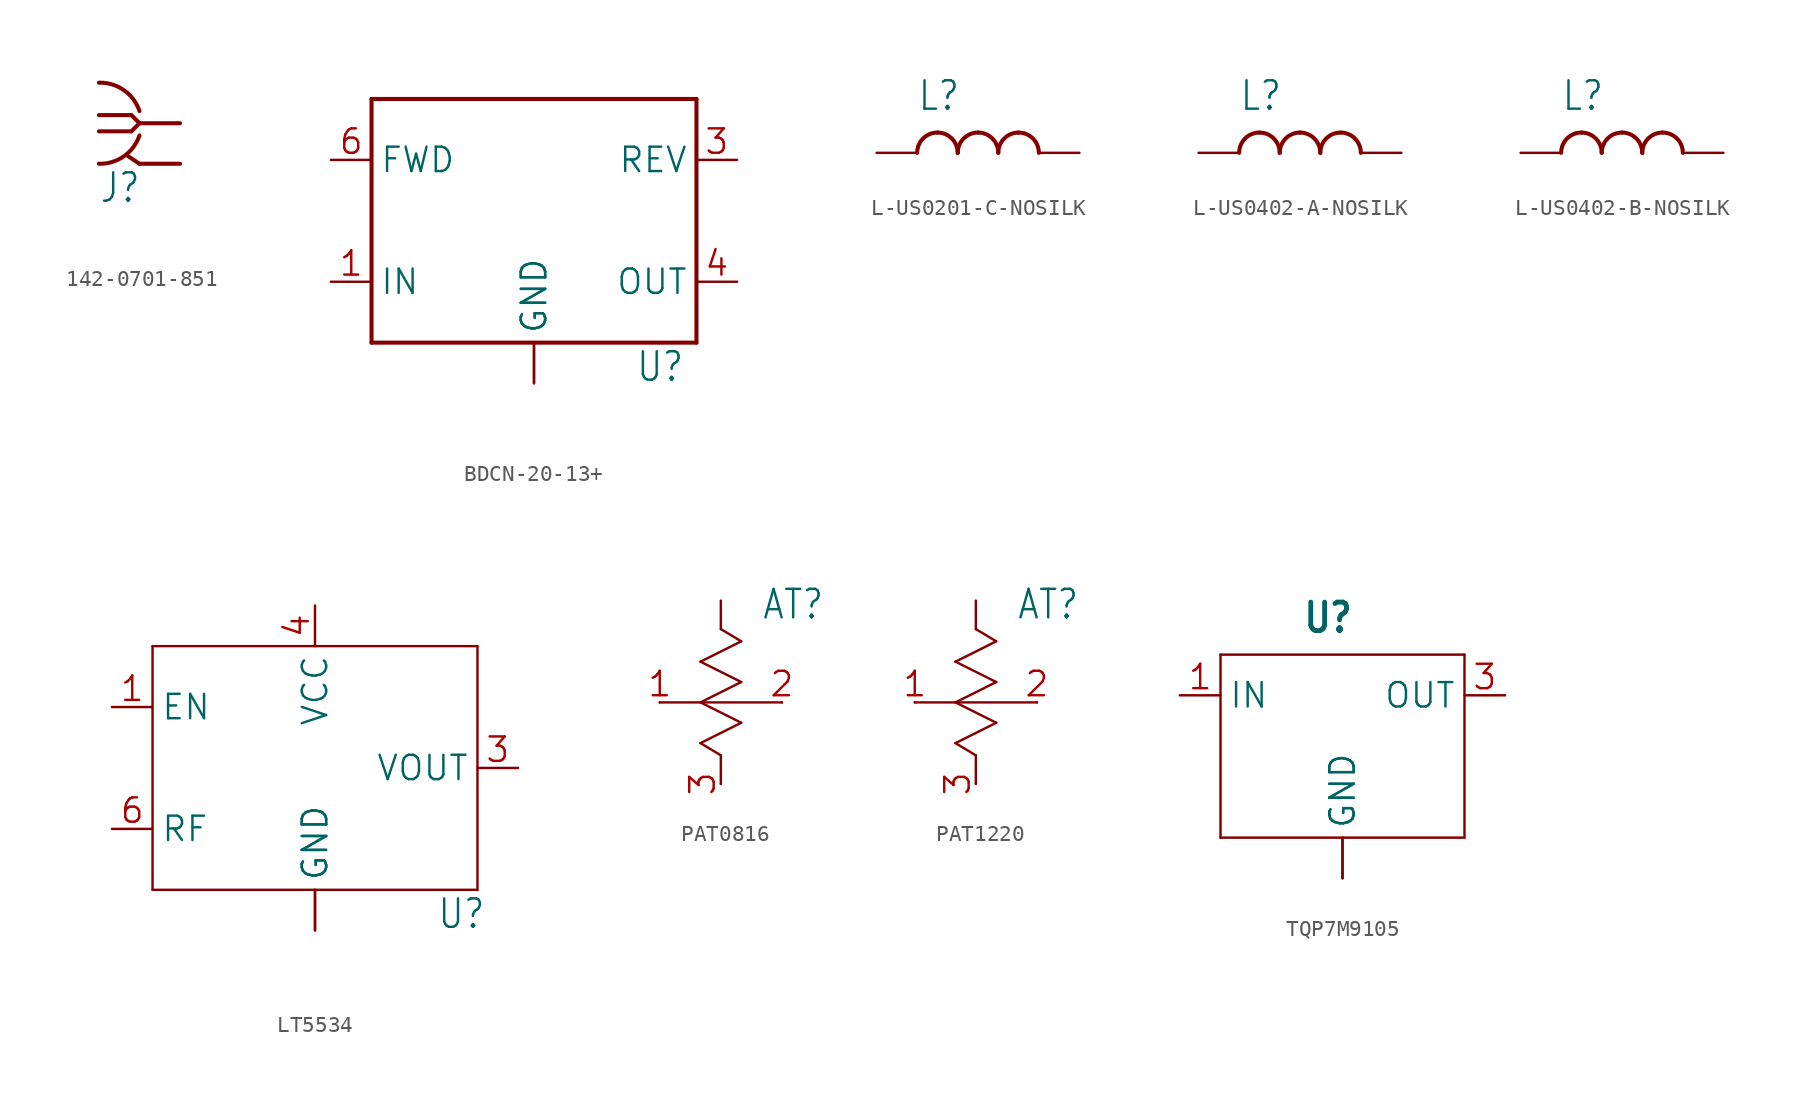
<source format=kicad_sym>
(kicad_symbol_lib
  (version 20241209)
  (generator "kicad_symbol_editor")
  (generator_version "9.0")
  (symbol "142-0701-851"
    (property "Reference" "J"
      (at -2.54 -5.08 0)
      (effects (font (size 1.778 1.511)) (justify left bottom)))
    (property "Value" ""
      (at -2.54 -7.62 0)
      (effects (font (size 1.778 1.511)) (justify left bottom)))
    (property "ki_locked" ""
      (at 0 0 0)
      (effects (font (size 1.27 1.27))))
    (symbol "142-0701-851_1_0"
      (polyline (pts (xy -2.54 0.508) (xy -0.508 0.508)) (stroke (width 0.254) (type solid)) (fill (type none)))
      (arc (start 0 -0.7621) (mid -0.9756 -2.0717) (end -2.54 -2.54) (stroke (width 0.254) (type solid)) (fill (type none)))
      (arc (start -2.54 2.54) (mid -0.9756 2.0717) (end 0 0.7621) (stroke (width 0.254) (type solid)) (fill (type none)))
      (polyline (pts (xy -0.508 0.508) (xy 0 0)) (stroke (width 0.254) (type solid)) (fill (type none)))
      (polyline (pts (xy -0.508 -0.508) (xy -2.54 -0.508)) (stroke (width 0.254) (type solid)) (fill (type none)))
      (polyline (pts (xy 0 0) (xy -0.508 -0.508)) (stroke (width 0.254) (type solid)) (fill (type none)))
      (polyline (pts (xy 0 0) (xy 2.54 0)) (stroke (width 0.254) (type solid)) (fill (type none)))
      (polyline (pts (xy 0 -2.54) (xy -0.762 -2.032)) (stroke (width 0.254) (type solid)) (fill (type none)))
      (polyline (pts (xy 2.54 -2.54) (xy 0 -2.54)) (stroke (width 0.254) (type solid)) (fill (type none)))
      (pin bidirectional line (at 2.54 0 180) (length 0) (name "RF" (effects (font (size 0 0)))) (number "RF1" (effects (font (size 0 0)))))
      (pin bidirectional line (at 2.54 -2.54 180) (length 0) (name "GND" (effects (font (size 0 0)))) (number "GND1" (effects (font (size 0 0)))))
      (pin bidirectional line (at 2.54 -2.54 180) (length 0) (name "GND" (effects (font (size 0 0)))) (number "GND2" (effects (font (size 0 0)))))
      (pin bidirectional line (at 2.54 -2.54 180) (length 0) (name "GND" (effects (font (size 0 0)))) (number "GND3" (effects (font (size 0 0)))))
      (pin bidirectional line (at 2.54 -2.54 180) (length 0) (name "GND" (effects (font (size 0 0)))) (number "GND4" (effects (font (size 0 0)))))))
  (symbol "BDCN-20-13+"
    (property "Reference" "U"
      (at 6.35 -10.16 0)
      (effects (font (size 1.778 1.511)) (justify left bottom)))
    (property "Value" ""
      (at 6.35 -12.7 0)
      (effects (font (size 1.778 1.511)) (justify left bottom)))
    (property "ki_locked" ""
      (at 0 0 0)
      (effects (font (size 1.27 1.27))))
    (symbol "BDCN-20-13+_1_0"
      (polyline (pts (xy -10.16 7.62) (xy -10.16 -7.62)) (stroke (width 0.254) (type solid)) (fill (type none)))
      (polyline (pts (xy -10.16 -7.62) (xy 10.16 -7.62)) (stroke (width 0.254) (type solid)) (fill (type none)))
      (polyline (pts (xy 10.16 7.62) (xy -10.16 7.62)) (stroke (width 0.254) (type solid)) (fill (type none)))
      (polyline (pts (xy 10.16 -7.62) (xy 10.16 7.62)) (stroke (width 0.254) (type solid)) (fill (type none)))
      (pin output line (at -12.7 3.81 0) (length 2.54) (name "FWD" (effects (font (size 1.524 1.524)))) (number "6" (effects (font (size 1.524 1.524)))))
      (pin input line (at -12.7 -3.81 0) (length 2.54) (name "IN" (effects (font (size 1.524 1.524)))) (number "1" (effects (font (size 1.524 1.524)))))
      (pin power_in line (at 0 -10.16 90) (length 2.54) (name "GND" (effects (font (size 1.524 1.524)))) (number "2" (effects (font (size 0 0)))))
      (pin power_in line (at 0 -10.16 90) (length 2.54) (name "GND" (effects (font (size 1.524 1.524)))) (number "5" (effects (font (size 0 0)))))
      (pin output line (at 12.7 3.81 180) (length 2.54) (name "REV" (effects (font (size 1.524 1.524)))) (number "3" (effects (font (size 1.524 1.524)))))
      (pin output line (at 12.7 -3.81 180) (length 2.54) (name "OUT" (effects (font (size 1.524 1.524)))) (number "4" (effects (font (size 1.524 1.524)))))))
  (symbol "L-US0201-C-NOSILK"
    (property "Reference" "L"
      (at -5.08 2.54 0)
      (effects (font (size 1.778 1.511)) (justify left bottom)))
    (property "Value" ""
      (at -5.08 -1.27 0)
      (effects (font (size 1.778 1.511)) (justify left top)))
    (property "ki_locked" ""
      (at 0 0 0)
      (effects (font (size 1.27 1.27))))
    (symbol "L-US0201-C-NOSILK_1_0"
      (arc (start -5.08 0) (mid -4.708 0.898) (end -3.81 1.27) (stroke (width 0.254) (type solid)) (fill (type none)))
      (arc (start -3.81 1.27) (mid -2.912 0.898) (end -2.54 0) (stroke (width 0.254) (type solid)) (fill (type none)))
      (arc (start -2.54 0) (mid -2.168 0.898) (end -1.27 1.27) (stroke (width 0.254) (type solid)) (fill (type none)))
      (arc (start -1.27 1.27) (mid -0.372 0.898) (end 0 0) (stroke (width 0.254) (type solid)) (fill (type none)))
      (arc (start 0 0) (mid 0.372 0.898) (end 1.27 1.27) (stroke (width 0.254) (type solid)) (fill (type none)))
      (arc (start 1.27 1.27) (mid 2.168 0.898) (end 2.54 0) (stroke (width 0.254) (type solid)) (fill (type none)))
      (pin passive line (at -7.62 0 0) (length 2.54) (name "1" (effects (font (size 0 0)))) (number "1" (effects (font (size 0 0)))))
      (pin passive line (at 5.08 0 180) (length 2.54) (name "2" (effects (font (size 0 0)))) (number "2" (effects (font (size 0 0)))))))
  (symbol "L-US0402-A-NOSILK"
    (property "Reference" "L"
      (at -5.08 2.54 0)
      (effects (font (size 1.778 1.511)) (justify left bottom)))
    (property "Value" ""
      (at -5.08 -1.27 0)
      (effects (font (size 1.778 1.511)) (justify left top)))
    (property "ki_locked" ""
      (at 0 0 0)
      (effects (font (size 1.27 1.27))))
    (symbol "L-US0402-A-NOSILK_1_0"
      (arc (start -5.08 0) (mid -4.708 0.898) (end -3.81 1.27) (stroke (width 0.254) (type solid)) (fill (type none)))
      (arc (start -3.81 1.27) (mid -2.912 0.898) (end -2.54 0) (stroke (width 0.254) (type solid)) (fill (type none)))
      (arc (start -2.54 0) (mid -2.168 0.898) (end -1.27 1.27) (stroke (width 0.254) (type solid)) (fill (type none)))
      (arc (start -1.27 1.27) (mid -0.372 0.898) (end 0 0) (stroke (width 0.254) (type solid)) (fill (type none)))
      (arc (start 0 0) (mid 0.372 0.898) (end 1.27 1.27) (stroke (width 0.254) (type solid)) (fill (type none)))
      (arc (start 1.27 1.27) (mid 2.168 0.898) (end 2.54 0) (stroke (width 0.254) (type solid)) (fill (type none)))
      (pin passive line (at -7.62 0 0) (length 2.54) (name "1" (effects (font (size 0 0)))) (number "1" (effects (font (size 0 0)))))
      (pin passive line (at 5.08 0 180) (length 2.54) (name "2" (effects (font (size 0 0)))) (number "2" (effects (font (size 0 0)))))))
  (symbol "L-US0402-B-NOSILK"
    (property "Reference" "L"
      (at -5.08 2.54 0)
      (effects (font (size 1.778 1.511)) (justify left bottom)))
    (property "Value" ""
      (at -5.08 -1.27 0)
      (effects (font (size 1.778 1.511)) (justify left top)))
    (property "ki_locked" ""
      (at 0 0 0)
      (effects (font (size 1.27 1.27))))
    (symbol "L-US0402-B-NOSILK_1_0"
      (arc (start -5.08 0) (mid -4.708 0.898) (end -3.81 1.27) (stroke (width 0.254) (type solid)) (fill (type none)))
      (arc (start -3.81 1.27) (mid -2.912 0.898) (end -2.54 0) (stroke (width 0.254) (type solid)) (fill (type none)))
      (arc (start -2.54 0) (mid -2.168 0.898) (end -1.27 1.27) (stroke (width 0.254) (type solid)) (fill (type none)))
      (arc (start -1.27 1.27) (mid -0.372 0.898) (end 0 0) (stroke (width 0.254) (type solid)) (fill (type none)))
      (arc (start 0 0) (mid 0.372 0.898) (end 1.27 1.27) (stroke (width 0.254) (type solid)) (fill (type none)))
      (arc (start 1.27 1.27) (mid 2.168 0.898) (end 2.54 0) (stroke (width 0.254) (type solid)) (fill (type none)))
      (pin passive line (at -7.62 0 0) (length 2.54) (name "1" (effects (font (size 0 0)))) (number "1" (effects (font (size 0 0)))))
      (pin passive line (at 5.08 0 180) (length 2.54) (name "2" (effects (font (size 0 0)))) (number "2" (effects (font (size 0 0)))))))
  (symbol "LT5534"
    (property "Reference" "U"
      (at 7.62 -10.16 0)
      (effects (font (size 1.778 1.511)) (justify left bottom)))
    (property "Value" ""
      (at 7.62 -12.7 0)
      (effects (font (size 1.778 1.511)) (justify left bottom)))
    (property "ki_locked" ""
      (at 0 0 0)
      (effects (font (size 1.27 1.27))))
    (symbol "LT5534_1_0"
      (polyline (pts (xy -10.16 7.62) (xy -10.16 -7.62)) (stroke (width 0.152) (type solid)) (fill (type none)))
      (polyline (pts (xy -10.16 -7.62) (xy 10.16 -7.62)) (stroke (width 0.152) (type solid)) (fill (type none)))
      (polyline (pts (xy 10.16 7.62) (xy -10.16 7.62)) (stroke (width 0.152) (type solid)) (fill (type none)))
      (polyline (pts (xy 10.16 -7.62) (xy 10.16 7.62)) (stroke (width 0.152) (type solid)) (fill (type none)))
      (pin input line (at -12.7 3.81 0) (length 2.54) (name "EN" (effects (font (size 1.524 1.524)))) (number "1" (effects (font (size 1.524 1.524)))))
      (pin input line (at -12.7 -3.81 0) (length 2.54) (name "RF" (effects (font (size 1.524 1.524)))) (number "6" (effects (font (size 1.524 1.524)))))
      (pin power_in line (at 0 10.16 270) (length 2.54) (name "VCC" (effects (font (size 1.524 1.524)))) (number "4" (effects (font (size 1.524 1.524)))))
      (pin power_in line (at 0 -10.16 90) (length 2.54) (name "GND" (effects (font (size 1.524 1.524)))) (number "2" (effects (font (size 0 0)))))
      (pin power_in line (at 0 -10.16 90) (length 2.54) (name "GND" (effects (font (size 1.524 1.524)))) (number "5" (effects (font (size 0 0)))))
      (pin output line (at 12.7 0 180) (length 2.54) (name "VOUT" (effects (font (size 1.524 1.524)))) (number "3" (effects (font (size 1.524 1.524)))))))
  (symbol "PAT0816"
    (property "Reference" "AT"
      (at 2.54 5.08 0)
      (effects (font (size 1.778 1.511)) (justify left bottom)))
    (property "Value" ""
      (at 2.54 2.54 0)
      (effects (font (size 1.778 1.511)) (justify left bottom)))
    (property "ki_locked" ""
      (at 0 0 0)
      (effects (font (size 1.27 1.27))))
    (symbol "PAT0816_1_0"
      (polyline (pts (xy -3.81 0) (xy 3.81 0)) (stroke (width 0.152) (type solid)) (fill (type none)))
      (polyline (pts (xy -1.27 2.54) (xy 1.27 3.81)) (stroke (width 0.152) (type solid)) (fill (type none)))
      (polyline (pts (xy -1.27 0) (xy 1.27 1.27)) (stroke (width 0.152) (type solid)) (fill (type none)))
      (polyline (pts (xy -1.27 -2.54) (xy 0 -3.302)) (stroke (width 0.152) (type solid)) (fill (type none)))
      (polyline (pts (xy -1.27 -2.54) (xy 1.27 -1.27)) (stroke (width 0.152) (type solid)) (fill (type none)))
      (polyline (pts (xy 0 6.35) (xy 0 4.572)) (stroke (width 0.152) (type solid)) (fill (type none)))
      (polyline (pts (xy 0 -5.08) (xy 0 -3.302)) (stroke (width 0.152) (type solid)) (fill (type none)))
      (polyline (pts (xy 1.27 3.81) (xy 0 4.572)) (stroke (width 0.152) (type solid)) (fill (type none)))
      (polyline (pts (xy 1.27 1.27) (xy -1.27 2.54)) (stroke (width 0.152) (type solid)) (fill (type none)))
      (polyline (pts (xy 1.27 -1.27) (xy -1.27 0)) (stroke (width 0.152) (type solid)) (fill (type none)))
      (pin bidirectional line (at -3.81 0 0) (length 0) (name "1" (effects (font (size 0 0)))) (number "1" (effects (font (size 1.524 1.524)))))
      (pin power_in line (at 0 -5.08 90) (length 0) (name "GND" (effects (font (size 0 0)))) (number "3" (effects (font (size 1.524 1.524)))))
      (pin bidirectional line (at 3.81 0 180) (length 0) (name "2" (effects (font (size 0 0)))) (number "2" (effects (font (size 1.524 1.524)))))))
  (symbol "PAT1220"
    (property "Reference" "AT"
      (at 2.54 5.08 0)
      (effects (font (size 1.778 1.511)) (justify left bottom)))
    (property "Value" ""
      (at 2.54 2.54 0)
      (effects (font (size 1.778 1.511)) (justify left bottom)))
    (property "ki_locked" ""
      (at 0 0 0)
      (effects (font (size 1.27 1.27))))
    (symbol "PAT1220_1_0"
      (polyline (pts (xy -3.81 0) (xy 3.81 0)) (stroke (width 0.152) (type solid)) (fill (type none)))
      (polyline (pts (xy -1.27 2.54) (xy 1.27 3.81)) (stroke (width 0.152) (type solid)) (fill (type none)))
      (polyline (pts (xy -1.27 0) (xy 1.27 1.27)) (stroke (width 0.152) (type solid)) (fill (type none)))
      (polyline (pts (xy -1.27 -2.54) (xy 0 -3.302)) (stroke (width 0.152) (type solid)) (fill (type none)))
      (polyline (pts (xy -1.27 -2.54) (xy 1.27 -1.27)) (stroke (width 0.152) (type solid)) (fill (type none)))
      (polyline (pts (xy 0 6.35) (xy 0 4.572)) (stroke (width 0.152) (type solid)) (fill (type none)))
      (polyline (pts (xy 0 -5.08) (xy 0 -3.302)) (stroke (width 0.152) (type solid)) (fill (type none)))
      (polyline (pts (xy 1.27 3.81) (xy 0 4.572)) (stroke (width 0.152) (type solid)) (fill (type none)))
      (polyline (pts (xy 1.27 1.27) (xy -1.27 2.54)) (stroke (width 0.152) (type solid)) (fill (type none)))
      (polyline (pts (xy 1.27 -1.27) (xy -1.27 0)) (stroke (width 0.152) (type solid)) (fill (type none)))
      (pin bidirectional line (at -3.81 0 0) (length 0) (name "1" (effects (font (size 0 0)))) (number "1" (effects (font (size 1.524 1.524)))))
      (pin power_in line (at 0 -5.08 90) (length 0) (name "GND" (effects (font (size 0 0)))) (number "3" (effects (font (size 1.524 1.524)))))
      (pin bidirectional line (at 3.81 0 180) (length 0) (name "2" (effects (font (size 0 0)))) (number "2" (effects (font (size 1.524 1.524)))))))
  (symbol "TQP7M9105"
    (property "Reference" "U"
      (at -2.54 7.62 0)
      (effects (font (size 1.778 1.511) (thickness 0.302) (bold yes)) (justify left bottom)))
    (property "Value" ""
      (at 5.08 -7.62 0)
      (effects (font (size 1.778 1.511) (thickness 0.302) (bold yes)) (justify left bottom)))
    (property "ki_locked" ""
      (at 0 0 0)
      (effects (font (size 1.27 1.27))))
    (symbol "TQP7M9105_1_0"
      (polyline (pts (xy -7.62 6.35) (xy -7.62 -5.08)) (stroke (width 0.152) (type solid)) (fill (type none)))
      (polyline (pts (xy -7.62 -5.08) (xy 7.62 -5.08)) (stroke (width 0.152) (type solid)) (fill (type none)))
      (polyline (pts (xy 7.62 6.35) (xy -7.62 6.35)) (stroke (width 0.152) (type solid)) (fill (type none)))
      (polyline (pts (xy 7.62 -5.08) (xy 7.62 6.35)) (stroke (width 0.152) (type solid)) (fill (type none)))
      (pin bidirectional line (at -10.16 3.81 0) (length 2.54) (name "IN" (effects (font (size 1.524 1.524)))) (number "1" (effects (font (size 1.524 1.524)))))
      (pin power_in line (at 0 -7.62 90) (length 2.54) (name "GND" (effects (font (size 1.524 1.524)))) (number "2" (effects (font (size 0 0)))))
      (pin power_in line (at 0 -7.62 90) (length 2.54) (name "GND" (effects (font (size 1.524 1.524)))) (number "PAD" (effects (font (size 0 0)))))
      (pin bidirectional line (at 10.16 3.81 180) (length 2.54) (name "OUT" (effects (font (size 1.524 1.524)))) (number "3" (effects (font (size 1.524 1.524))))))))
</source>
